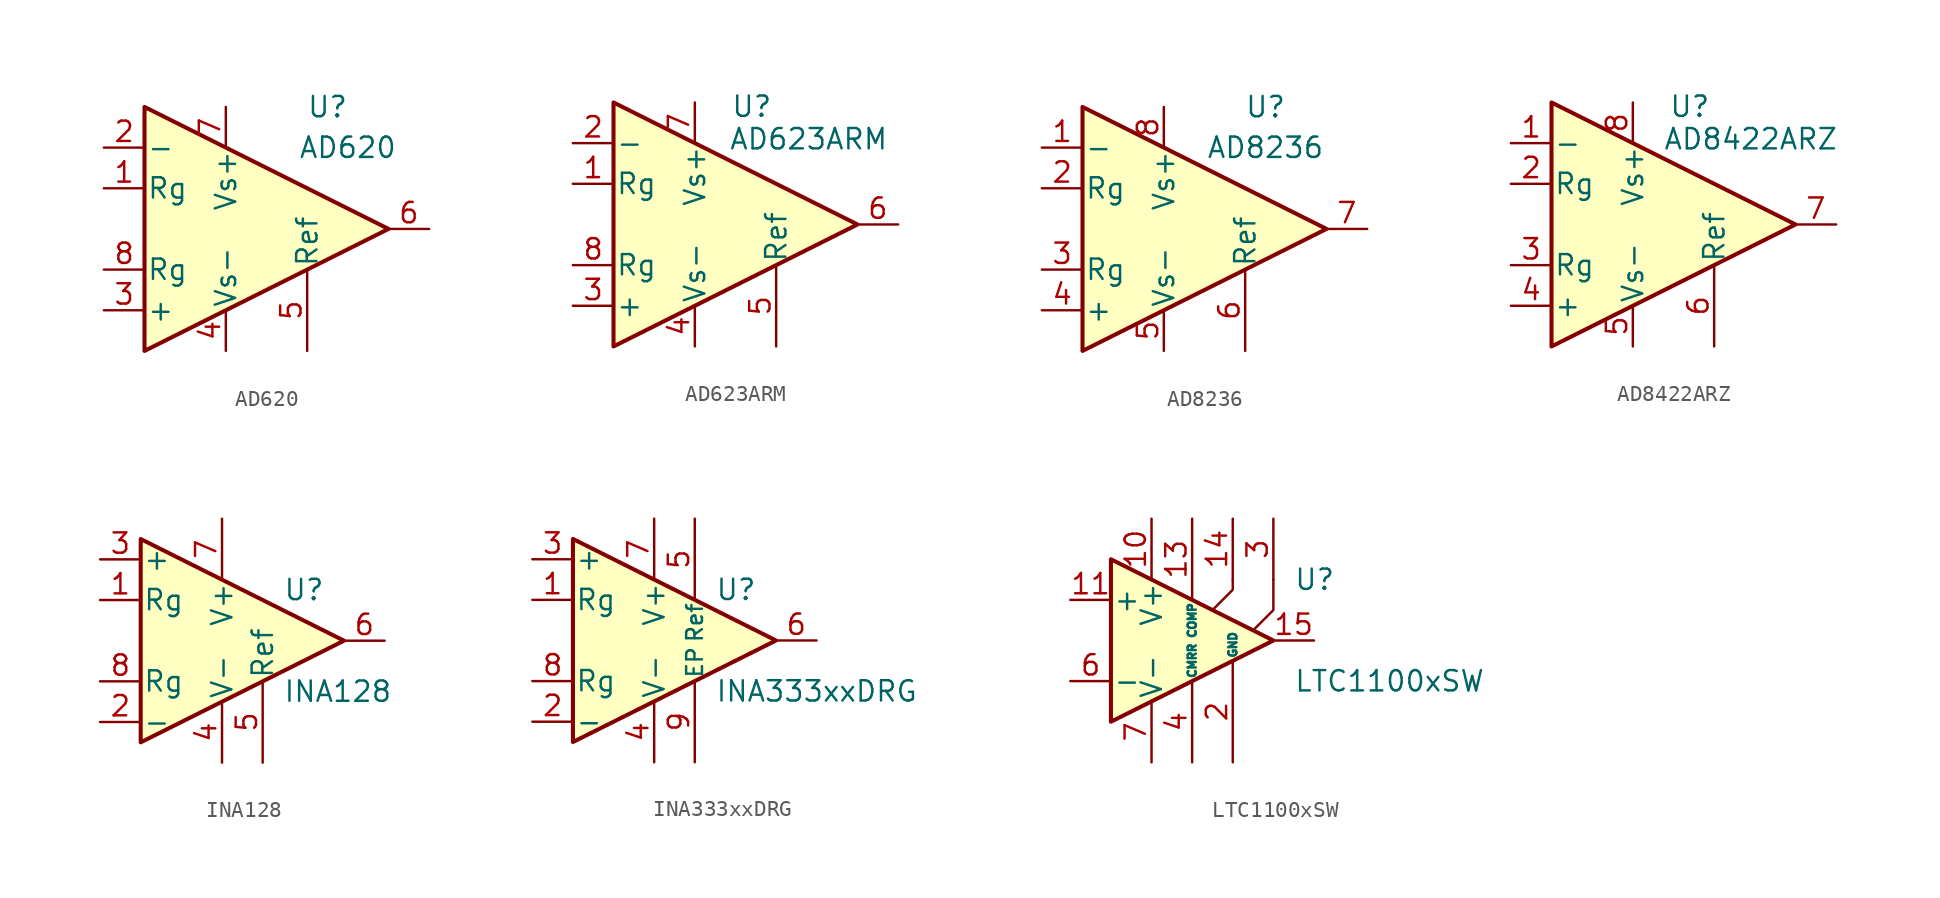
<source format=kicad_sym>
(kicad_symbol_lib
  (version 20220914)
  (generator kicad_symbol_editor)
  (symbol "AD620"
    (pin_names
      (offset 0.127))
    (property "Reference" "U"
      (at 3.81 7.62 0)
      (effects (font (size 1.27 1.27))))
    (property "Value" "AD620"
      (at 5.08 5.08 0)
      (effects (font (size 1.27 1.27))))
    (symbol "AD620_0_1"
      (polyline (pts (xy -7.62 7.62) (xy -7.62 -7.62) (xy 7.62 0) (xy -7.62 7.62)) (stroke (width 0.254) (type default)) (fill (type background))))
    (symbol "AD620_1_1"
      (pin passive line (at -10.16 2.54 0) (length 2.54) (name "Rg" (effects (font (size 1.27 1.27)))) (number "1" (effects (font (size 1.27 1.27)))))
      (pin input line (at -10.16 5.08 0) (length 2.54) (name "-" (effects (font (size 1.27 1.27)))) (number "2" (effects (font (size 1.27 1.27)))))
      (pin input line (at -10.16 -5.08 0) (length 2.54) (name "+" (effects (font (size 1.27 1.27)))) (number "3" (effects (font (size 1.27 1.27)))))
      (pin power_in line (at -2.54 -7.62 90) (length 2.54) (name "Vs-" (effects (font (size 1.27 1.27)))) (number "4" (effects (font (size 1.27 1.27)))))
      (pin passive line (at 2.54 -7.62 90) (length 5.08) (name "Ref" (effects (font (size 1.27 1.27)))) (number "5" (effects (font (size 1.27 1.27)))))
      (pin output line (at 10.16 0 180) (length 2.54) (name "~" (effects (font (size 1.27 1.27)))) (number "6" (effects (font (size 1.27 1.27)))))
      (pin power_in line (at -2.54 7.62 270) (length 2.54) (name "Vs+" (effects (font (size 1.27 1.27)))) (number "7" (effects (font (size 1.27 1.27)))))
      (pin passive line (at -10.16 -2.54 0) (length 2.54) (name "Rg" (effects (font (size 1.27 1.27)))) (number "8" (effects (font (size 1.27 1.27)))))))
  (symbol "AD623ARM"
    (pin_names
      (offset 0.127))
    (property "Reference" "U"
      (at 3.556 7.366 0)
      (effects (font (size 1.27 1.27))))
    (property "Value" "AD623ARM"
      (at 7.112 5.334 0)
      (effects (font (size 1.27 1.27))))
    (symbol "AD623ARM_0_1"
      (polyline (pts (xy -5.08 7.62) (xy -5.08 -7.62) (xy 10.16 0) (xy -5.08 7.62)) (stroke (width 0.254) (type default)) (fill (type background))))
    (symbol "AD623ARM_1_1"
      (pin passive line (at -7.62 2.54 0) (length 2.54) (name "Rg" (effects (font (size 1.27 1.27)))) (number "1" (effects (font (size 1.27 1.27)))))
      (pin input line (at -7.62 5.08 0) (length 2.54) (name "-" (effects (font (size 1.27 1.27)))) (number "2" (effects (font (size 1.27 1.27)))))
      (pin input line (at -7.62 -5.08 0) (length 2.54) (name "+" (effects (font (size 1.27 1.27)))) (number "3" (effects (font (size 1.27 1.27)))))
      (pin power_in line (at 0 -7.62 90) (length 2.54) (name "Vs-" (effects (font (size 1.27 1.27)))) (number "4" (effects (font (size 1.27 1.27)))))
      (pin passive line (at 5.08 -7.62 90) (length 5.08) (name "Ref" (effects (font (size 1.27 1.27)))) (number "5" (effects (font (size 1.27 1.27)))))
      (pin output line (at 12.7 0 180) (length 2.54) (name "~" (effects (font (size 1.27 1.27)))) (number "6" (effects (font (size 1.27 1.27)))))
      (pin power_in line (at 0 7.62 270) (length 2.54) (name "Vs+" (effects (font (size 1.27 1.27)))) (number "7" (effects (font (size 1.27 1.27)))))
      (pin passive line (at -7.62 -2.54 0) (length 2.54) (name "Rg" (effects (font (size 1.27 1.27)))) (number "8" (effects (font (size 1.27 1.27)))))))
  (symbol "AD8236"
    (pin_names
      (offset 0.127))
    (property "Reference" "U"
      (at 3.81 7.62 0)
      (effects (font (size 1.27 1.27))))
    (property "Value" "AD8236"
      (at 3.81 5.08 0)
      (effects (font (size 1.27 1.27))))
    (symbol "AD8236_0_1"
      (polyline (pts (xy -7.62 7.62) (xy -7.62 -7.62) (xy 7.62 0) (xy -7.62 7.62)) (stroke (width 0.254) (type default)) (fill (type background))))
    (symbol "AD8236_1_1"
      (pin input line (at -10.16 5.08 0) (length 2.54) (name "-" (effects (font (size 1.27 1.27)))) (number "1" (effects (font (size 1.27 1.27)))))
      (pin passive line (at -10.16 2.54 0) (length 2.54) (name "Rg" (effects (font (size 1.27 1.27)))) (number "2" (effects (font (size 1.27 1.27)))))
      (pin passive line (at -10.16 -2.54 0) (length 2.54) (name "Rg" (effects (font (size 1.27 1.27)))) (number "3" (effects (font (size 1.27 1.27)))))
      (pin input line (at -10.16 -5.08 0) (length 2.54) (name "+" (effects (font (size 1.27 1.27)))) (number "4" (effects (font (size 1.27 1.27)))))
      (pin power_in line (at -2.54 -7.62 90) (length 2.54) (name "Vs-" (effects (font (size 1.27 1.27)))) (number "5" (effects (font (size 1.27 1.27)))))
      (pin passive line (at 2.54 -7.62 90) (length 5.08) (name "Ref" (effects (font (size 1.27 1.27)))) (number "6" (effects (font (size 1.27 1.27)))))
      (pin output line (at 10.16 0 180) (length 2.54) (name "~" (effects (font (size 1.27 1.27)))) (number "7" (effects (font (size 1.27 1.27)))))
      (pin power_in line (at -2.54 7.62 270) (length 2.54) (name "Vs+" (effects (font (size 1.27 1.27)))) (number "8" (effects (font (size 1.27 1.27)))))))
  (symbol "AD8422ARZ"
    (pin_names
      (offset 0.127))
    (property "Reference" "U"
      (at 3.556 7.366 0)
      (effects (font (size 1.27 1.27))))
    (property "Value" "AD8422ARZ"
      (at 7.366 5.334 0)
      (effects (font (size 1.27 1.27))))
    (symbol "AD8422ARZ_0_1"
      (polyline (pts (xy -5.08 7.62) (xy -5.08 -7.62) (xy 10.16 0) (xy -5.08 7.62)) (stroke (width 0.254) (type default)) (fill (type background))))
    (symbol "AD8422ARZ_1_1"
      (pin input line (at -7.62 5.08 0) (length 2.54) (name "-" (effects (font (size 1.27 1.27)))) (number "1" (effects (font (size 1.27 1.27)))))
      (pin passive line (at -7.62 2.54 0) (length 2.54) (name "Rg" (effects (font (size 1.27 1.27)))) (number "2" (effects (font (size 1.27 1.27)))))
      (pin passive line (at -7.62 -2.54 0) (length 2.54) (name "Rg" (effects (font (size 1.27 1.27)))) (number "3" (effects (font (size 1.27 1.27)))))
      (pin input line (at -7.62 -5.08 0) (length 2.54) (name "+" (effects (font (size 1.27 1.27)))) (number "4" (effects (font (size 1.27 1.27)))))
      (pin power_in line (at 0 -7.62 90) (length 2.54) (name "Vs-" (effects (font (size 1.27 1.27)))) (number "5" (effects (font (size 1.27 1.27)))))
      (pin passive line (at 5.08 -7.62 90) (length 5.08) (name "Ref" (effects (font (size 1.27 1.27)))) (number "6" (effects (font (size 1.27 1.27)))))
      (pin output line (at 12.7 0 180) (length 2.54) (name "~" (effects (font (size 1.27 1.27)))) (number "7" (effects (font (size 1.27 1.27)))))
      (pin power_in line (at 0 7.62 270) (length 2.54) (name "Vs+" (effects (font (size 1.27 1.27)))) (number "8" (effects (font (size 1.27 1.27)))))))
  (symbol "INA128"
    (pin_names
      (offset 0.127))
    (property "Reference" "U"
      (at 3.81 3.175 0)
      (effects (font (size 1.27 1.27)) (justify left)))
    (property "Value" "INA128"
      (at 3.81 -3.175 0)
      (effects (font (size 1.27 1.27)) (justify left)))
    (symbol "INA128_0_1"
      (polyline (pts (xy 7.62 0) (xy -5.08 6.35) (xy -5.08 -6.35) (xy 7.62 0)) (stroke (width 0.254) (type default)) (fill (type background))))
    (symbol "INA128_1_1"
      (pin passive line (at -7.62 2.54 0) (length 2.54) (name "Rg" (effects (font (size 1.27 1.27)))) (number "1" (effects (font (size 1.27 1.27)))))
      (pin input line (at -7.62 -5.08 0) (length 2.54) (name "-" (effects (font (size 1.27 1.27)))) (number "2" (effects (font (size 1.27 1.27)))))
      (pin input line (at -7.62 5.08 0) (length 2.54) (name "+" (effects (font (size 1.27 1.27)))) (number "3" (effects (font (size 1.27 1.27)))))
      (pin power_in line (at 0 -7.62 90) (length 3.81) (name "V-" (effects (font (size 1.27 1.27)))) (number "4" (effects (font (size 1.27 1.27)))))
      (pin input line (at 2.54 -7.62 90) (length 5.08) (name "Ref" (effects (font (size 1.27 1.27)))) (number "5" (effects (font (size 1.27 1.27)))))
      (pin output line (at 10.16 0 180) (length 2.54) (name "~" (effects (font (size 1.27 1.27)))) (number "6" (effects (font (size 1.27 1.27)))))
      (pin power_in line (at 0 7.62 270) (length 3.81) (name "V+" (effects (font (size 1.27 1.27)))) (number "7" (effects (font (size 1.27 1.27)))))
      (pin passive line (at -7.62 -2.54 0) (length 2.54) (name "Rg" (effects (font (size 1.27 1.27)))) (number "8" (effects (font (size 1.27 1.27)))))))
  (symbol "INA333xxDRG"
    (pin_names
      (offset 0.127))
    (property "Reference" "U"
      (at 3.81 3.175 0)
      (effects (font (size 1.27 1.27)) (justify left)))
    (property "Value" "INA333xxDRG"
      (at 3.81 -3.175 0)
      (effects (font (size 1.27 1.27)) (justify left)))
    (symbol "INA333xxDRG_0_1"
      (polyline (pts (xy 7.62 0) (xy -5.08 6.35) (xy -5.08 -6.35) (xy 7.62 0)) (stroke (width 0.254) (type default)) (fill (type background))))
    (symbol "INA333xxDRG_1_1"
      (pin passive line (at -7.62 2.54 0) (length 2.54) (name "Rg" (effects (font (size 1.27 1.27)))) (number "1" (effects (font (size 1.27 1.27)))))
      (pin input line (at -7.62 -5.08 0) (length 2.54) (name "-" (effects (font (size 1.27 1.27)))) (number "2" (effects (font (size 1.27 1.27)))))
      (pin input line (at -7.62 5.08 0) (length 2.54) (name "+" (effects (font (size 1.27 1.27)))) (number "3" (effects (font (size 1.27 1.27)))))
      (pin power_in line (at 0 -7.62 90) (length 3.81) (name "V-" (effects (font (size 1.27 1.27)))) (number "4" (effects (font (size 1.27 1.27)))))
      (pin input line (at 2.54 7.62 270) (length 5.08) (name "Ref" (effects (font (size 0.991 0.991)))) (number "5" (effects (font (size 1.27 1.27)))))
      (pin output line (at 10.16 0 180) (length 2.54) (name "~" (effects (font (size 1.27 1.27)))) (number "6" (effects (font (size 1.27 1.27)))))
      (pin power_in line (at 0 7.62 270) (length 3.81) (name "V+" (effects (font (size 1.27 1.27)))) (number "7" (effects (font (size 1.27 1.27)))))
      (pin passive line (at -7.62 -2.54 0) (length 2.54) (name "Rg" (effects (font (size 1.27 1.27)))) (number "8" (effects (font (size 1.27 1.27)))))
      (pin passive line (at 2.54 -7.62 90) (length 5.08) (name "EP" (effects (font (size 0.991 0.991)))) (number "9" (effects (font (size 1.27 1.27)))))))
  (symbol "LTC1100xSW"
    (pin_names
      (offset 0.127))
    (property "Reference" "U"
      (at 6.35 3.81 0)
      (effects (font (size 1.27 1.27)) (justify left)))
    (property "Value" "LTC1100xSW"
      (at 6.35 -2.54 0)
      (effects (font (size 1.27 1.27)) (justify left)))
    (symbol "LTC1100xSW_0_1"
      (polyline (pts (xy 1.27 1.905) (xy 2.54 3.175) (xy 2.54 3.81)) (stroke (width 0.152) (type default)) (fill (type none)))
      (polyline (pts (xy 3.81 0.635) (xy 5.08 1.905) (xy 5.08 3.81)) (stroke (width 0.152) (type default)) (fill (type none)))
      (polyline (pts (xy -5.08 5.08) (xy 5.08 0) (xy -5.08 -5.08) (xy -5.08 5.08)) (stroke (width 0.254) (type default)) (fill (type background))))
    (symbol "LTC1100xSW_1_1"
      (pin no_connect line (at -5.08 2.54 270) (length 2.54) hide (name "NC" (effects (font (size 1.27 1.27)))) (number "1" (effects (font (size 1.27 1.27)))))
      (pin power_in line (at -2.54 7.62 270) (length 3.81) (name "V+" (effects (font (size 1.27 1.27)))) (number "10" (effects (font (size 1.27 1.27)))))
      (pin input line (at -7.62 2.54 0) (length 2.54) (name "+" (effects (font (size 1.27 1.27)))) (number "11" (effects (font (size 1.27 1.27)))))
      (pin no_connect line (at -2.54 -2.54 90) (length 2.54) hide (name "NC" (effects (font (size 1.27 1.27)))) (number "12" (effects (font (size 1.27 1.27)))))
      (pin input line (at 0 7.62 270) (length 5.08) (name "COMP" (effects (font (size 0.508 0.508)))) (number "13" (effects (font (size 1.27 1.27)))))
      (pin passive line (at 2.54 7.62 270) (length 3.81) (name "~" (effects (font (size 1.27 1.27)))) (number "14" (effects (font (size 1.27 1.27)))))
      (pin output line (at 7.62 0 180) (length 2.54) (name "~" (effects (font (size 1.27 1.27)))) (number "15" (effects (font (size 1.27 1.27)))))
      (pin no_connect line (at 0 -2.54 90) (length 2.54) hide (name "NC" (effects (font (size 1.27 1.27)))) (number "16" (effects (font (size 1.27 1.27)))))
      (pin input line (at 2.54 -7.62 90) (length 6.35) (name "GND" (effects (font (size 0.508 0.508)))) (number "2" (effects (font (size 1.27 1.27)))))
      (pin passive line (at 5.08 7.62 270) (length 3.81) (name "~" (effects (font (size 1.27 1.27)))) (number "3" (effects (font (size 1.27 1.27)))))
      (pin input line (at 0 -7.62 90) (length 5.08) (name "CMRR" (effects (font (size 0.508 0.508)))) (number "4" (effects (font (size 1.27 1.27)))))
      (pin no_connect line (at -2.54 2.54 270) (length 2.54) hide (name "NC" (effects (font (size 1.27 1.27)))) (number "5" (effects (font (size 1.27 1.27)))))
      (pin input line (at -7.62 -2.54 0) (length 2.54) (name "-" (effects (font (size 1.27 1.27)))) (number "6" (effects (font (size 1.27 1.27)))))
      (pin power_in line (at -2.54 -7.62 90) (length 3.81) (name "V-" (effects (font (size 1.27 1.27)))) (number "7" (effects (font (size 1.27 1.27)))))
      (pin no_connect line (at 0 2.54 270) (length 2.54) hide (name "NC" (effects (font (size 1.27 1.27)))) (number "8" (effects (font (size 1.27 1.27)))))
      (pin no_connect line (at -5.08 -2.54 90) (length 2.54) hide (name "NC" (effects (font (size 1.27 1.27)))) (number "9" (effects (font (size 1.27 1.27))))))))
</source>
